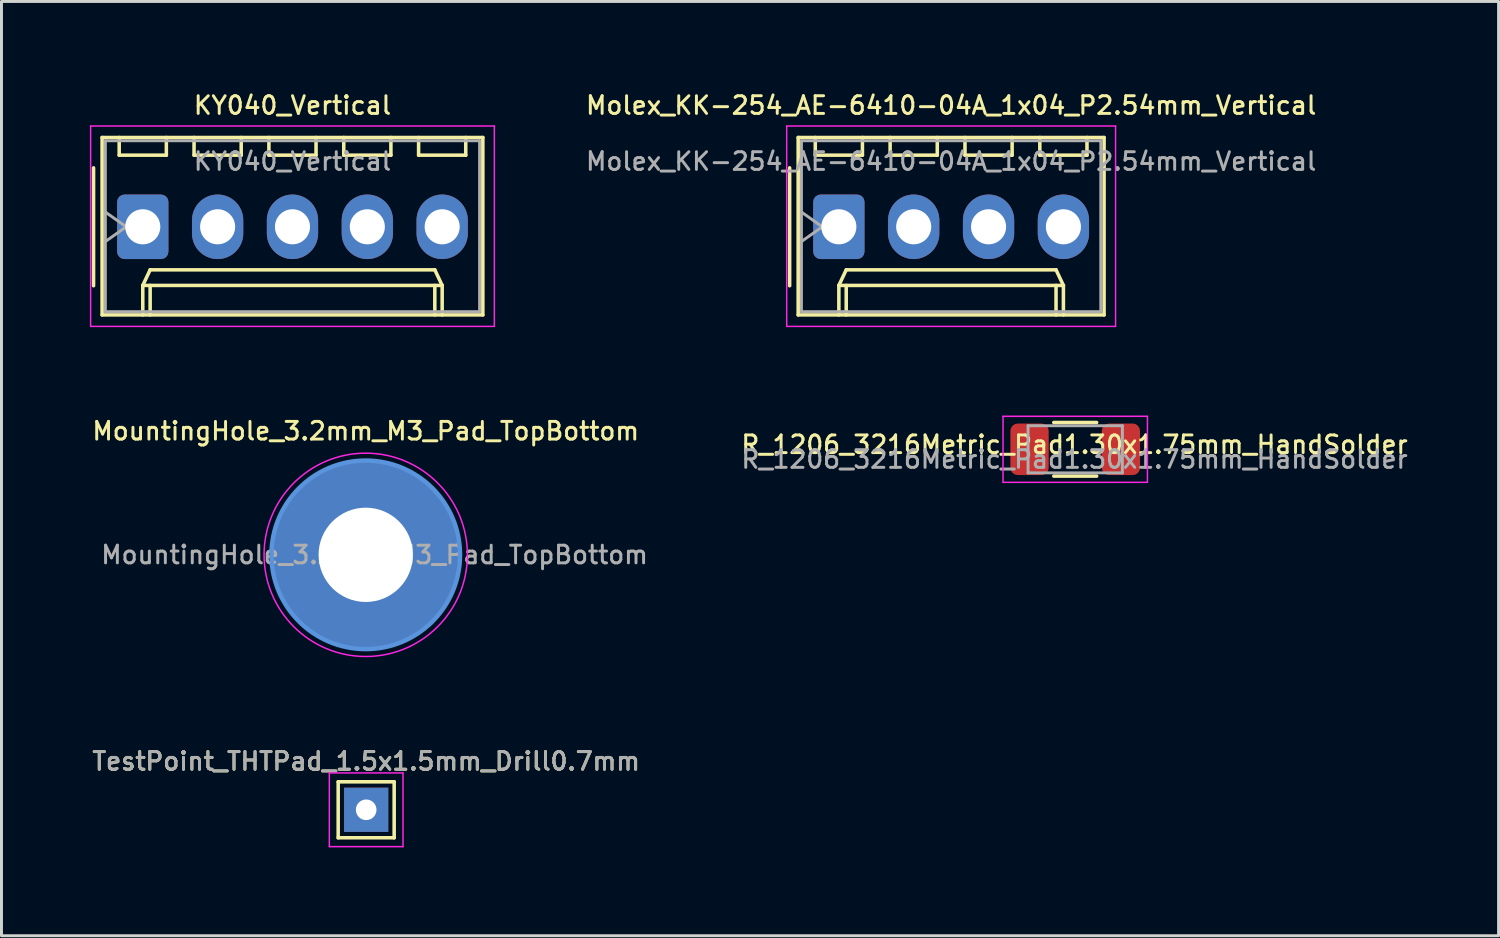
<source format=kicad_pcb>
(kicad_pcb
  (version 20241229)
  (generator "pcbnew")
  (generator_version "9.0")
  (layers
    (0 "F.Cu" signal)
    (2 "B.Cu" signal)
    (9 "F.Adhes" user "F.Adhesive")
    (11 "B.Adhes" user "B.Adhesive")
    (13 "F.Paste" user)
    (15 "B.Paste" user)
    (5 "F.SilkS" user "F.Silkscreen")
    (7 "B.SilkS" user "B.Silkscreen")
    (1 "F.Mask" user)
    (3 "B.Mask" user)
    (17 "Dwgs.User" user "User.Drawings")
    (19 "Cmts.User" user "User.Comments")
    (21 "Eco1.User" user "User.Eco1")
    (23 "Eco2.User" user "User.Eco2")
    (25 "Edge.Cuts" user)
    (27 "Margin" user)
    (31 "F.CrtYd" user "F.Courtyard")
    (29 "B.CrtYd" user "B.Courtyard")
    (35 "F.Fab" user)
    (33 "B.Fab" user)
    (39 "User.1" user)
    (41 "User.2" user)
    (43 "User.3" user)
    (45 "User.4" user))
  (footprint "R_1206_3216Metric_Pad1.30x1.75mm_HandSolder"
    (layer "F.Cu")
    (at 33.437 12.197)
    (property "Reference" "R_1206_3216Metric_Pad1.30x1.75mm_HandSolder" (at -0.024 -0.16 180) (layer "F.SilkS") (effects (font (size 0.6 0.6) (thickness 0.1))))
    (attr smd)
    (fp_line (start -0.727 -0.91) (end 0.727 -0.91) (stroke (width 0.12) (type solid)) (layer "F.SilkS"))
    (fp_line (start -0.727 0.91) (end 0.727 0.91) (stroke (width 0.12) (type solid)) (layer "F.SilkS"))
    (fp_line (start -2.45 -1.12) (end 2.45 -1.12) (stroke (width 0.05) (type solid)) (layer "F.CrtYd"))
    (fp_line (start -2.45 1.12) (end -2.45 -1.12) (stroke (width 0.05) (type solid)) (layer "F.CrtYd"))
    (fp_line (start 2.45 -1.12) (end 2.45 1.12) (stroke (width 0.05) (type solid)) (layer "F.CrtYd"))
    (fp_line (start 2.45 1.12) (end -2.45 1.12) (stroke (width 0.05) (type solid)) (layer "F.CrtYd"))
    (fp_line (start -1.6 -0.8) (end 1.6 -0.8) (stroke (width 0.1) (type solid)) (layer "F.Fab"))
    (fp_line (start -1.6 0.8) (end -1.6 -0.8) (stroke (width 0.1) (type solid)) (layer "F.Fab"))
    (fp_line (start 1.6 -0.8) (end 1.6 0.8) (stroke (width 0.1) (type solid)) (layer "F.Fab"))
    (fp_line (start 1.6 0.8) (end -1.6 0.8) (stroke (width 0.1) (type solid)) (layer "F.Fab"))
    (fp_text user "${REFERENCE}" (at -0.024 0.34 180) (layer "F.Fab") (effects (font (size 0.6 0.6) (thickness 0.1))))
    (pad "1" smd roundrect (at -1.55 0) (size 1.3 1.75) (layers "F.Cu" "F.Mask" "F.Paste") (roundrect_rratio 0.192))
    (pad "2" smd roundrect (at 1.55 0) (size 1.3 1.75) (layers "F.Cu" "F.Mask" "F.Paste") (roundrect_rratio 0.192)))
  (footprint "Molex_KK-254_AE-6410-04A_1x04_P2.54mm_Vertical"
    (layer "F.Cu")
    (at 25.416 4.646)
    (property "Reference" "Molex_KK-254_AE-6410-04A_1x04_P2.54mm_Vertical" (at 3.81 -4.12 180) (layer "F.SilkS") (effects (font (size 0.6 0.6) (thickness 0.1))))
    (attr through_hole)
    (fp_line (start -1.67 -2) (end -1.67 2) (stroke (width 0.12) (type solid)) (layer "F.SilkS"))
    (fp_line (start -1.38 -3.03) (end -1.38 2.99) (stroke (width 0.12) (type solid)) (layer "F.SilkS"))
    (fp_line (start -1.38 2.99) (end 9 2.99) (stroke (width 0.12) (type solid)) (layer "F.SilkS"))
    (fp_line (start -0.8 -3.03) (end -0.8 -2.43) (stroke (width 0.12) (type solid)) (layer "F.SilkS"))
    (fp_line (start -0.8 -2.43) (end 0.8 -2.43) (stroke (width 0.12) (type solid)) (layer "F.SilkS"))
    (fp_line (start 0 1.99) (end 0.25 1.46) (stroke (width 0.12) (type solid)) (layer "F.SilkS"))
    (fp_line (start 0 1.99) (end 7.62 1.99) (stroke (width 0.12) (type solid)) (layer "F.SilkS"))
    (fp_line (start 0 2.99) (end 0 1.99) (stroke (width 0.12) (type solid)) (layer "F.SilkS"))
    (fp_line (start 0.25 1.46) (end 7.37 1.46) (stroke (width 0.12) (type solid)) (layer "F.SilkS"))
    (fp_line (start 0.25 2.99) (end 0.25 1.99) (stroke (width 0.12) (type solid)) (layer "F.SilkS"))
    (fp_line (start 0.8 -2.43) (end 0.8 -3.03) (stroke (width 0.12) (type solid)) (layer "F.SilkS"))
    (fp_line (start 1.74 -3.03) (end 1.74 -2.43) (stroke (width 0.12) (type solid)) (layer "F.SilkS"))
    (fp_line (start 1.74 -2.43) (end 3.34 -2.43) (stroke (width 0.12) (type solid)) (layer "F.SilkS"))
    (fp_line (start 3.34 -2.43) (end 3.34 -3.03) (stroke (width 0.12) (type solid)) (layer "F.SilkS"))
    (fp_line (start 4.28 -3.03) (end 4.28 -2.43) (stroke (width 0.12) (type solid)) (layer "F.SilkS"))
    (fp_line (start 4.28 -2.43) (end 5.88 -2.43) (stroke (width 0.12) (type solid)) (layer "F.SilkS"))
    (fp_line (start 5.88 -2.43) (end 5.88 -3.03) (stroke (width 0.12) (type solid)) (layer "F.SilkS"))
    (fp_line (start 6.82 -3.03) (end 6.82 -2.43) (stroke (width 0.12) (type solid)) (layer "F.SilkS"))
    (fp_line (start 6.82 -2.43) (end 8.42 -2.43) (stroke (width 0.12) (type solid)) (layer "F.SilkS"))
    (fp_line (start 7.37 1.46) (end 7.62 1.99) (stroke (width 0.12) (type solid)) (layer "F.SilkS"))
    (fp_line (start 7.37 2.99) (end 7.37 1.99) (stroke (width 0.12) (type solid)) (layer "F.SilkS"))
    (fp_line (start 7.62 1.99) (end 7.62 2.99) (stroke (width 0.12) (type solid)) (layer "F.SilkS"))
    (fp_line (start 8.42 -2.43) (end 8.42 -3.03) (stroke (width 0.12) (type solid)) (layer "F.SilkS"))
    (fp_line (start 9 -3.03) (end -1.38 -3.03) (stroke (width 0.12) (type solid)) (layer "F.SilkS"))
    (fp_line (start 9 2.99) (end 9 -3.03) (stroke (width 0.12) (type solid)) (layer "F.SilkS"))
    (fp_line (start -1.77 -3.42) (end -1.77 3.38) (stroke (width 0.05) (type solid)) (layer "F.CrtYd"))
    (fp_line (start -1.77 3.38) (end 9.39 3.38) (stroke (width 0.05) (type solid)) (layer "F.CrtYd"))
    (fp_line (start 9.39 -3.42) (end -1.77 -3.42) (stroke (width 0.05) (type solid)) (layer "F.CrtYd"))
    (fp_line (start 9.39 3.38) (end 9.39 -3.42) (stroke (width 0.05) (type solid)) (layer "F.CrtYd"))
    (fp_line (start -1.27 -2.92) (end -1.27 2.88) (stroke (width 0.1) (type solid)) (layer "F.Fab"))
    (fp_line (start -1.27 -0.5) (end -0.563 0) (stroke (width 0.1) (type solid)) (layer "F.Fab"))
    (fp_line (start -1.27 2.88) (end 8.89 2.88) (stroke (width 0.1) (type solid)) (layer "F.Fab"))
    (fp_line (start -0.563 0) (end -1.27 0.5) (stroke (width 0.1) (type solid)) (layer "F.Fab"))
    (fp_line (start 8.89 -2.92) (end -1.27 -2.92) (stroke (width 0.1) (type solid)) (layer "F.Fab"))
    (fp_line (start 8.89 2.88) (end 8.89 -2.92) (stroke (width 0.1) (type solid)) (layer "F.Fab"))
    (fp_text user "${REFERENCE}" (at 3.81 -2.22 180) (layer "F.Fab") (effects (font (size 0.6 0.6) (thickness 0.1))))
    (pad "1" thru_hole roundrect (at 0 0) (size 1.74 2.19) (drill 1.19) (layers "*.Cu" "*.Mask") (roundrect_rratio 0.144))
    (pad "2" thru_hole oval (at 2.54 0) (size 1.74 2.19) (drill 1.19) (layers "*.Cu" "*.Mask"))
    (pad "3" thru_hole oval (at 5.08 0) (size 1.74 2.19) (drill 1.19) (layers "*.Cu" "*.Mask"))
    (pad "4" thru_hole oval (at 7.62 0) (size 1.74 2.19) (drill 1.19) (layers "*.Cu" "*.Mask")))
  (footprint "MountingHole_3.2mm_M3_Pad_TopBottom"
    (layer "F.Cu")
    (at 9.361 15.778)
    (property "Reference" "MountingHole_3.2mm_M3_Pad_TopBottom" (at 0 -4.2 0) (layer "F.SilkS") (effects (font (size 0.6 0.6) (thickness 0.1))))
    (attr exclude_from_pos_files exclude_from_bom)
    (fp_circle (center 0 0) (end 3.2 0) (stroke (width 0.15) (type solid)) (fill no) (layer "Cmts.User"))
    (fp_circle (center 0 0) (end 3.45 0) (stroke (width 0.05) (type solid)) (fill no) (layer "F.CrtYd"))
    (fp_text user "${REFERENCE}" (at 0.3 0 0) (layer "F.Fab") (effects (font (size 0.6 0.6) (thickness 0.1))))
    (pad "1" thru_hole circle (at 0 0) (size 3.6 3.6) (drill 3.2) (layers "*.Cu" "*.Mask"))
    (pad "1" connect circle (at 0 0) (size 6.4 6.4) (layers "F.Cu" "F.Mask"))
    (pad "1" connect circle (at 0 0) (size 6.4 6.4) (layers "B.Cu" "B.Mask")))
  (footprint "KY040_Vertical"
    (layer "F.Cu")
    (at 1.795 4.646)
    (property "Reference" "KY040_Vertical" (at 5.08 -4.12 0) (layer "F.SilkS") (effects (font (size 0.6 0.6) (thickness 0.1))))
    (attr through_hole)
    (fp_line (start -1.67 -2) (end -1.67 2) (stroke (width 0.12) (type solid)) (layer "F.SilkS"))
    (fp_line (start -1.38 -3.03) (end -1.38 2.99) (stroke (width 0.12) (type solid)) (layer "F.SilkS"))
    (fp_line (start -1.38 2.99) (end 11.54 2.99) (stroke (width 0.12) (type solid)) (layer "F.SilkS"))
    (fp_line (start -0.8 -3.03) (end -0.8 -2.43) (stroke (width 0.12) (type solid)) (layer "F.SilkS"))
    (fp_line (start -0.8 -2.43) (end 0.8 -2.43) (stroke (width 0.12) (type solid)) (layer "F.SilkS"))
    (fp_line (start 0 1.99) (end 0.25 1.46) (stroke (width 0.12) (type solid)) (layer "F.SilkS"))
    (fp_line (start 0 1.99) (end 10.16 1.99) (stroke (width 0.12) (type solid)) (layer "F.SilkS"))
    (fp_line (start 0 2.99) (end 0 1.99) (stroke (width 0.12) (type solid)) (layer "F.SilkS"))
    (fp_line (start 0.25 1.46) (end 9.91 1.46) (stroke (width 0.12) (type solid)) (layer "F.SilkS"))
    (fp_line (start 0.25 2.99) (end 0.25 1.99) (stroke (width 0.12) (type solid)) (layer "F.SilkS"))
    (fp_line (start 0.8 -2.43) (end 0.8 -3.03) (stroke (width 0.12) (type solid)) (layer "F.SilkS"))
    (fp_line (start 1.74 -3.03) (end 1.74 -2.43) (stroke (width 0.12) (type solid)) (layer "F.SilkS"))
    (fp_line (start 1.74 -2.43) (end 3.34 -2.43) (stroke (width 0.12) (type solid)) (layer "F.SilkS"))
    (fp_line (start 3.34 -2.43) (end 3.34 -3.03) (stroke (width 0.12) (type solid)) (layer "F.SilkS"))
    (fp_line (start 4.28 -3.03) (end 4.28 -2.43) (stroke (width 0.12) (type solid)) (layer "F.SilkS"))
    (fp_line (start 4.28 -2.43) (end 5.88 -2.43) (stroke (width 0.12) (type solid)) (layer "F.SilkS"))
    (fp_line (start 5.88 -2.43) (end 5.88 -3.03) (stroke (width 0.12) (type solid)) (layer "F.SilkS"))
    (fp_line (start 6.82 -3.03) (end 6.82 -2.43) (stroke (width 0.12) (type solid)) (layer "F.SilkS"))
    (fp_line (start 6.82 -2.43) (end 8.42 -2.43) (stroke (width 0.12) (type solid)) (layer "F.SilkS"))
    (fp_line (start 8.42 -2.43) (end 8.42 -3.03) (stroke (width 0.12) (type solid)) (layer "F.SilkS"))
    (fp_line (start 9.36 -3.03) (end 9.36 -2.43) (stroke (width 0.12) (type solid)) (layer "F.SilkS"))
    (fp_line (start 9.36 -2.43) (end 10.96 -2.43) (stroke (width 0.12) (type solid)) (layer "F.SilkS"))
    (fp_line (start 9.91 1.46) (end 10.16 1.99) (stroke (width 0.12) (type solid)) (layer "F.SilkS"))
    (fp_line (start 9.91 2.99) (end 9.91 1.99) (stroke (width 0.12) (type solid)) (layer "F.SilkS"))
    (fp_line (start 10.16 1.99) (end 10.16 2.99) (stroke (width 0.12) (type solid)) (layer "F.SilkS"))
    (fp_line (start 10.96 -2.43) (end 10.96 -3.03) (stroke (width 0.12) (type solid)) (layer "F.SilkS"))
    (fp_line (start 11.54 -3.03) (end -1.38 -3.03) (stroke (width 0.12) (type solid)) (layer "F.SilkS"))
    (fp_line (start 11.54 2.99) (end 11.54 -3.03) (stroke (width 0.12) (type solid)) (layer "F.SilkS"))
    (fp_line (start -1.77 -3.42) (end -1.77 3.38) (stroke (width 0.05) (type solid)) (layer "F.CrtYd"))
    (fp_line (start -1.77 3.38) (end 11.93 3.38) (stroke (width 0.05) (type solid)) (layer "F.CrtYd"))
    (fp_line (start 11.93 -3.42) (end -1.77 -3.42) (stroke (width 0.05) (type solid)) (layer "F.CrtYd"))
    (fp_line (start 11.93 3.38) (end 11.93 -3.42) (stroke (width 0.05) (type solid)) (layer "F.CrtYd"))
    (fp_line (start -1.27 -2.92) (end -1.27 2.88) (stroke (width 0.1) (type solid)) (layer "F.Fab"))
    (fp_line (start -1.27 -0.5) (end -0.563 0) (stroke (width 0.1) (type solid)) (layer "F.Fab"))
    (fp_line (start -1.27 2.88) (end 11.43 2.88) (stroke (width 0.1) (type solid)) (layer "F.Fab"))
    (fp_line (start -0.563 0) (end -1.27 0.5) (stroke (width 0.1) (type solid)) (layer "F.Fab"))
    (fp_line (start 11.43 -2.92) (end -1.27 -2.92) (stroke (width 0.1) (type solid)) (layer "F.Fab"))
    (fp_line (start 11.43 2.88) (end 11.43 -2.92) (stroke (width 0.1) (type solid)) (layer "F.Fab"))
    (fp_text user "${REFERENCE}" (at 5.08 -2.22 0) (layer "F.Fab") (effects (font (size 0.6 0.6) (thickness 0.1))))
    (pad "1" thru_hole roundrect (at 0 0) (size 1.74 2.19) (drill 1.19) (layers "*.Cu" "*.Mask") (roundrect_rratio 0.144))
    (pad "2" thru_hole oval (at 2.54 0) (size 1.74 2.19) (drill 1.19) (layers "*.Cu" "*.Mask"))
    (pad "3" thru_hole oval (at 5.08 0) (size 1.74 2.19) (drill 1.19) (layers "*.Cu" "*.Mask"))
    (pad "4" thru_hole oval (at 7.62 0) (size 1.74 2.19) (drill 1.19) (layers "*.Cu" "*.Mask"))
    (pad "5" thru_hole oval (at 10.16 0) (size 1.74 2.19) (drill 1.19) (layers "*.Cu" "*.Mask")))
  (footprint "TestPoint_THTPad_1.5x1.5mm_Drill0.7mm"
    (layer "F.Cu")
    (at 9.376 24.43)
    (property "Reference" "TestPoint_THTPad_1.5x1.5mm_Drill0.7mm" (at 0 -1.648 0) (layer "F.SilkS") (effects (font (size 0.6 0.6) (thickness 0.1))))
    (attr exclude_from_pos_files exclude_from_bom)
    (fp_line (start -0.95 -0.95) (end 0.95 -0.95) (stroke (width 0.12) (type solid)) (layer "F.SilkS"))
    (fp_line (start -0.95 0.95) (end -0.95 -0.95) (stroke (width 0.12) (type solid)) (layer "F.SilkS"))
    (fp_line (start 0.95 -0.95) (end 0.95 0.95) (stroke (width 0.12) (type solid)) (layer "F.SilkS"))
    (fp_line (start 0.95 0.95) (end -0.95 0.95) (stroke (width 0.12) (type solid)) (layer "F.SilkS"))
    (fp_line (start -1.25 -1.25) (end -1.25 1.25) (stroke (width 0.05) (type solid)) (layer "F.CrtYd"))
    (fp_line (start -1.25 -1.25) (end 1.25 -1.25) (stroke (width 0.05) (type solid)) (layer "F.CrtYd"))
    (fp_line (start 1.25 1.25) (end -1.25 1.25) (stroke (width 0.05) (type solid)) (layer "F.CrtYd"))
    (fp_line (start 1.25 1.25) (end 1.25 -1.25) (stroke (width 0.05) (type solid)) (layer "F.CrtYd"))
    (fp_text user "${REFERENCE}" (at 0 -1.65 0) (layer "F.Fab") (effects (font (size 0.6 0.6) (thickness 0.1))))
    (pad "1" thru_hole rect (at 0 0) (size 1.5 1.5) (drill 0.7) (layers "*.Cu" "*.Mask")))
  (gr_rect
    (start -3 -3)
    (end 47.803 28.704)
    (stroke (width 0.1) (type default))
    (fill no)
    (layer "Edge.Cuts")))
</source>
